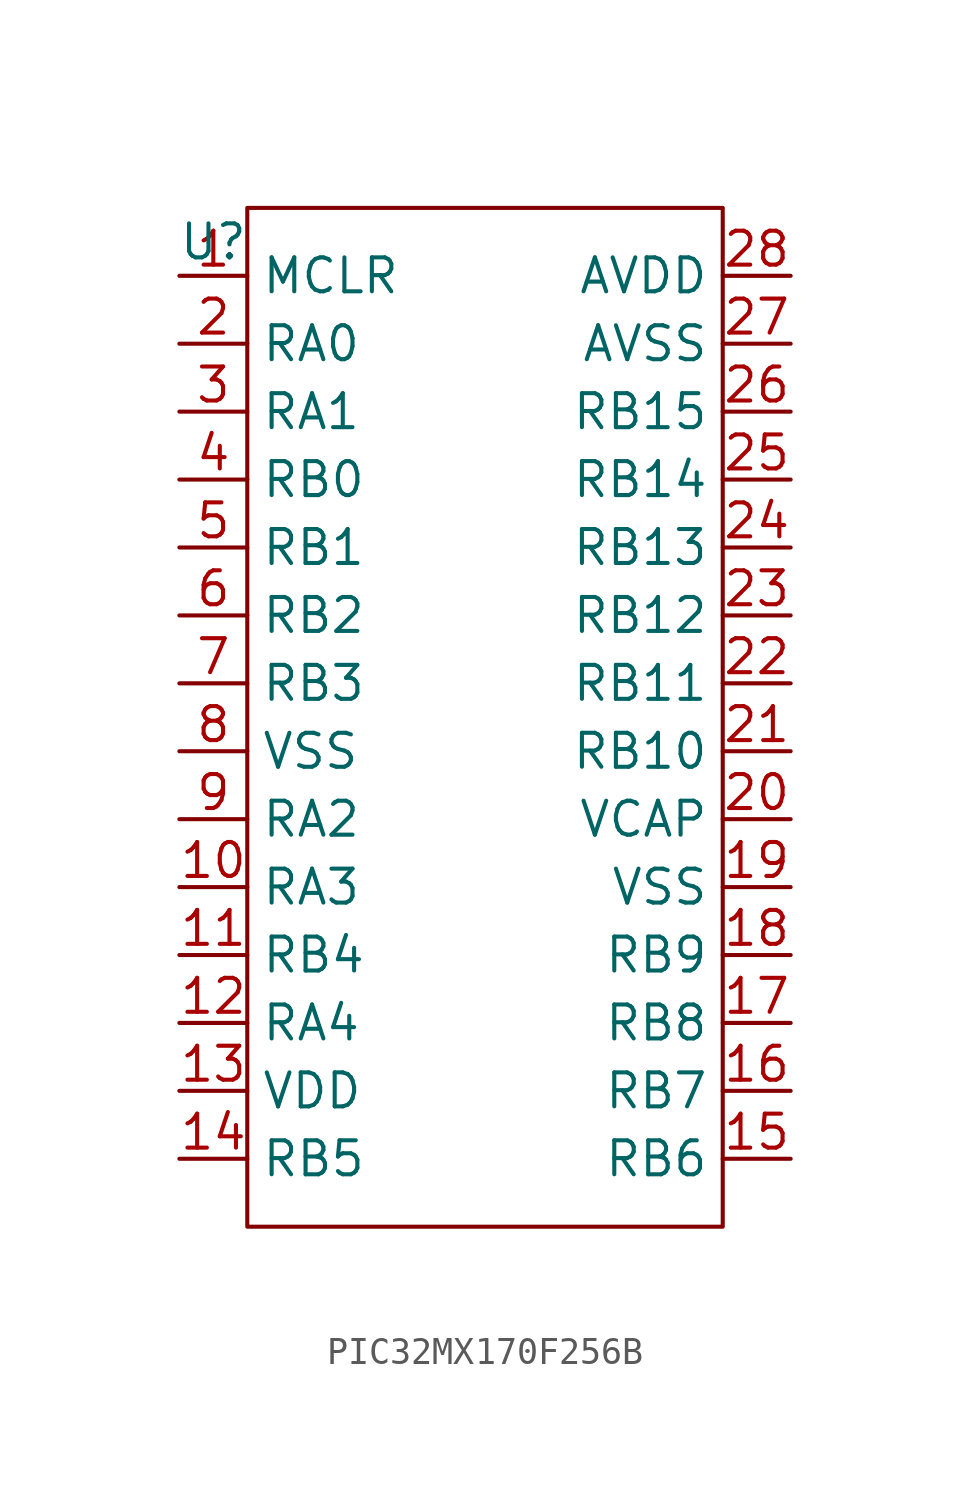
<source format=kicad_sym>
(kicad_symbol_lib
  (version 20220914)
  (generator kicad_symbol_editor)
  (symbol "PIC32MX170F256B"
    (property "Reference" "U"
      (at -10.16 17.78 0)
      (effects (font (size 1.27 1.27))))
    (property "Value" ""
      (at -10.16 17.78 0)
      (effects (font (size 1.27 1.27))))
    (symbol "PIC32MX170F256B_0_1"
      (rectangle (start -8.89 19.05) (end 8.89 -19.05) (stroke (width 0) (type default)) (fill (type none))))
    (symbol "PIC32MX170F256B_1_1"
      (pin input line (at -11.43 16.51 0) (length 2.54) (name "MCLR" (effects (font (size 1.27 1.27)))) (number "1" (effects (font (size 1.27 1.27)))))
      (pin bidirectional line (at -11.43 -6.35 0) (length 2.54) (name "RA3" (effects (font (size 1.27 1.27)))) (number "10" (effects (font (size 1.27 1.27)))))
      (pin bidirectional line (at -11.43 -8.89 0) (length 2.54) (name "RB4" (effects (font (size 1.27 1.27)))) (number "11" (effects (font (size 1.27 1.27)))))
      (pin bidirectional line (at -11.43 -11.43 0) (length 2.54) (name "RA4" (effects (font (size 1.27 1.27)))) (number "12" (effects (font (size 1.27 1.27)))))
      (pin power_in line (at -11.43 -13.97 0) (length 2.54) (name "VDD" (effects (font (size 1.27 1.27)))) (number "13" (effects (font (size 1.27 1.27)))))
      (pin bidirectional line (at -11.43 -16.51 0) (length 2.54) (name "RB5" (effects (font (size 1.27 1.27)))) (number "14" (effects (font (size 1.27 1.27)))))
      (pin bidirectional line (at 11.43 -16.51 180) (length 2.54) (name "RB6" (effects (font (size 1.27 1.27)))) (number "15" (effects (font (size 1.27 1.27)))))
      (pin bidirectional line (at 11.43 -13.97 180) (length 2.54) (name "RB7" (effects (font (size 1.27 1.27)))) (number "16" (effects (font (size 1.27 1.27)))))
      (pin bidirectional line (at 11.43 -11.43 180) (length 2.54) (name "RB8" (effects (font (size 1.27 1.27)))) (number "17" (effects (font (size 1.27 1.27)))))
      (pin bidirectional line (at 11.43 -8.89 180) (length 2.54) (name "RB9" (effects (font (size 1.27 1.27)))) (number "18" (effects (font (size 1.27 1.27)))))
      (pin passive line (at 11.43 -6.35 180) (length 2.54) (name "VSS" (effects (font (size 1.27 1.27)))) (number "19" (effects (font (size 1.27 1.27)))))
      (pin bidirectional line (at -11.43 13.97 0) (length 2.54) (name "RA0" (effects (font (size 1.27 1.27)))) (number "2" (effects (font (size 1.27 1.27)))))
      (pin passive line (at 11.43 -3.81 180) (length 2.54) (name "VCAP" (effects (font (size 1.27 1.27)))) (number "20" (effects (font (size 1.27 1.27)))))
      (pin bidirectional line (at 11.43 -1.27 180) (length 2.54) (name "RB10" (effects (font (size 1.27 1.27)))) (number "21" (effects (font (size 1.27 1.27)))))
      (pin bidirectional line (at 11.43 1.27 180) (length 2.54) (name "RB11" (effects (font (size 1.27 1.27)))) (number "22" (effects (font (size 1.27 1.27)))))
      (pin bidirectional line (at 11.43 3.81 180) (length 2.54) (name "RB12" (effects (font (size 1.27 1.27)))) (number "23" (effects (font (size 1.27 1.27)))))
      (pin bidirectional line (at 11.43 6.35 180) (length 2.54) (name "RB13" (effects (font (size 1.27 1.27)))) (number "24" (effects (font (size 1.27 1.27)))))
      (pin bidirectional line (at 11.43 8.89 180) (length 2.54) (name "RB14" (effects (font (size 1.27 1.27)))) (number "25" (effects (font (size 1.27 1.27)))))
      (pin bidirectional line (at 11.43 11.43 180) (length 2.54) (name "RB15" (effects (font (size 1.27 1.27)))) (number "26" (effects (font (size 1.27 1.27)))))
      (pin passive line (at 11.43 13.97 180) (length 2.54) (name "AVSS" (effects (font (size 1.27 1.27)))) (number "27" (effects (font (size 1.27 1.27)))))
      (pin power_in line (at 11.43 16.51 180) (length 2.54) (name "AVDD" (effects (font (size 1.27 1.27)))) (number "28" (effects (font (size 1.27 1.27)))))
      (pin bidirectional line (at -11.43 11.43 0) (length 2.54) (name "RA1" (effects (font (size 1.27 1.27)))) (number "3" (effects (font (size 1.27 1.27)))))
      (pin bidirectional line (at -11.43 8.89 0) (length 2.54) (name "RB0" (effects (font (size 1.27 1.27)))) (number "4" (effects (font (size 1.27 1.27)))))
      (pin bidirectional line (at -11.43 6.35 0) (length 2.54) (name "RB1" (effects (font (size 1.27 1.27)))) (number "5" (effects (font (size 1.27 1.27)))))
      (pin bidirectional line (at -11.43 3.81 0) (length 2.54) (name "RB2" (effects (font (size 1.27 1.27)))) (number "6" (effects (font (size 1.27 1.27)))))
      (pin bidirectional line (at -11.43 1.27 0) (length 2.54) (name "RB3" (effects (font (size 1.27 1.27)))) (number "7" (effects (font (size 1.27 1.27)))))
      (pin passive line (at -11.43 -1.27 0) (length 2.54) (name "VSS" (effects (font (size 1.27 1.27)))) (number "8" (effects (font (size 1.27 1.27)))))
      (pin bidirectional line (at -11.43 -3.81 0) (length 2.54) (name "RA2" (effects (font (size 1.27 1.27)))) (number "9" (effects (font (size 1.27 1.27))))))))
</source>
